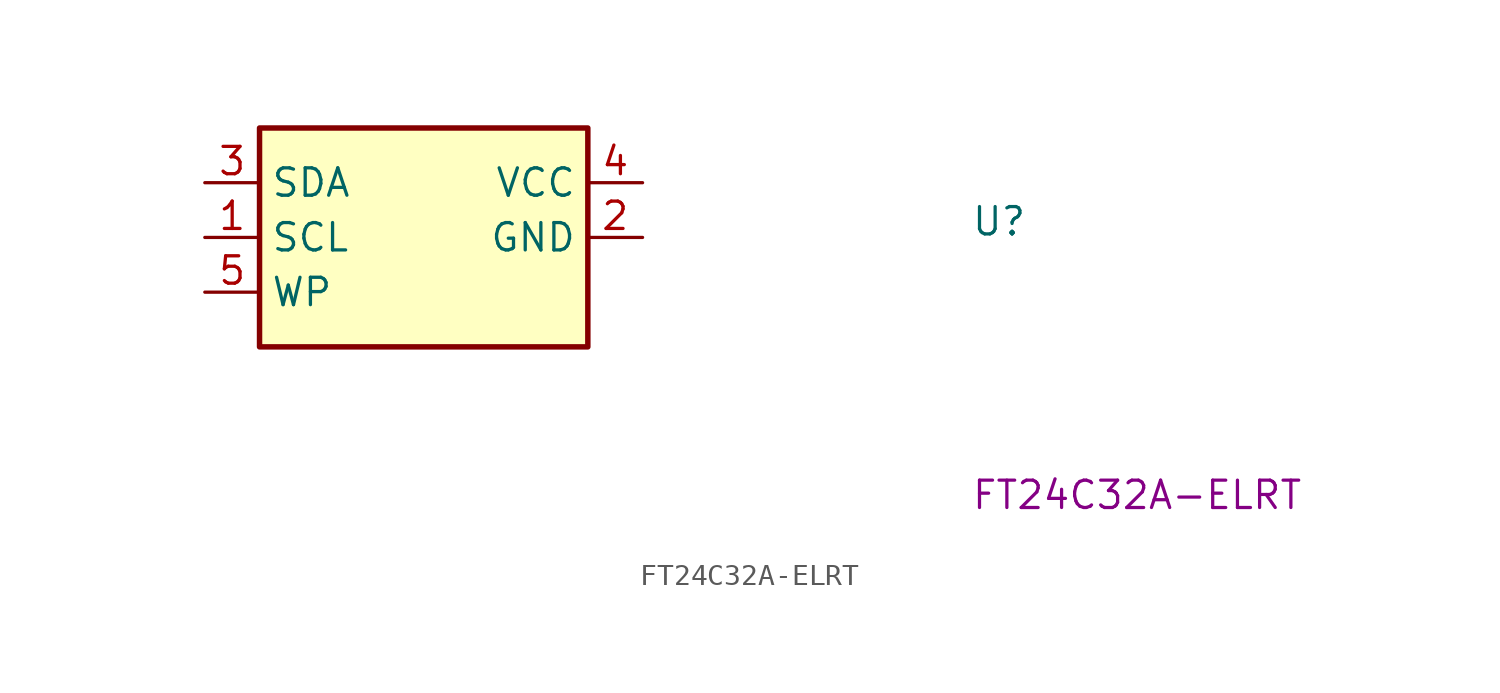
<source format=kicad_sym>
(kicad_symbol_lib
  (version 20220914)
  (generator kicad_symbol_editor)
  (symbol "FT24C32A-ELRT"
    (property "Reference" "U"
      (at 35.56 -2.54 0)
      (effects (font (size 1.27 1.27) (thickness 0.15)) (justify left bottom)))
    (property "MPN" "FT24C32A-ELRT"
      (at 35.56 -15.24 0)
      (effects (font (size 1.27 1.27) (thickness 0.15)) (justify left bottom)))
    (symbol "FT24C32A-ELRT_1_1"
      (rectangle (start 2.54 -7.62) (end 17.78 2.54) (stroke (width 0.254) (type default)) (fill (type background)))
      (pin passive line (at 0 -2.54 0) (length 2.54) (name "SCL" (effects (font (size 1.27 1.27)))) (number "1" (effects (font (size 1.27 1.27)))))
      (pin passive line (at 20.32 -2.54 180) (length 2.54) (name "GND" (effects (font (size 1.27 1.27)))) (number "2" (effects (font (size 1.27 1.27)))))
      (pin passive line (at 0 0 0) (length 2.54) (name "SDA" (effects (font (size 1.27 1.27)))) (number "3" (effects (font (size 1.27 1.27)))))
      (pin passive line (at 20.32 0 180) (length 2.54) (name "VCC" (effects (font (size 1.27 1.27)))) (number "4" (effects (font (size 1.27 1.27)))))
      (pin passive line (at 0 -5.08 0) (length 2.54) (name "WP" (effects (font (size 1.27 1.27)))) (number "5" (effects (font (size 1.27 1.27))))))))
</source>
